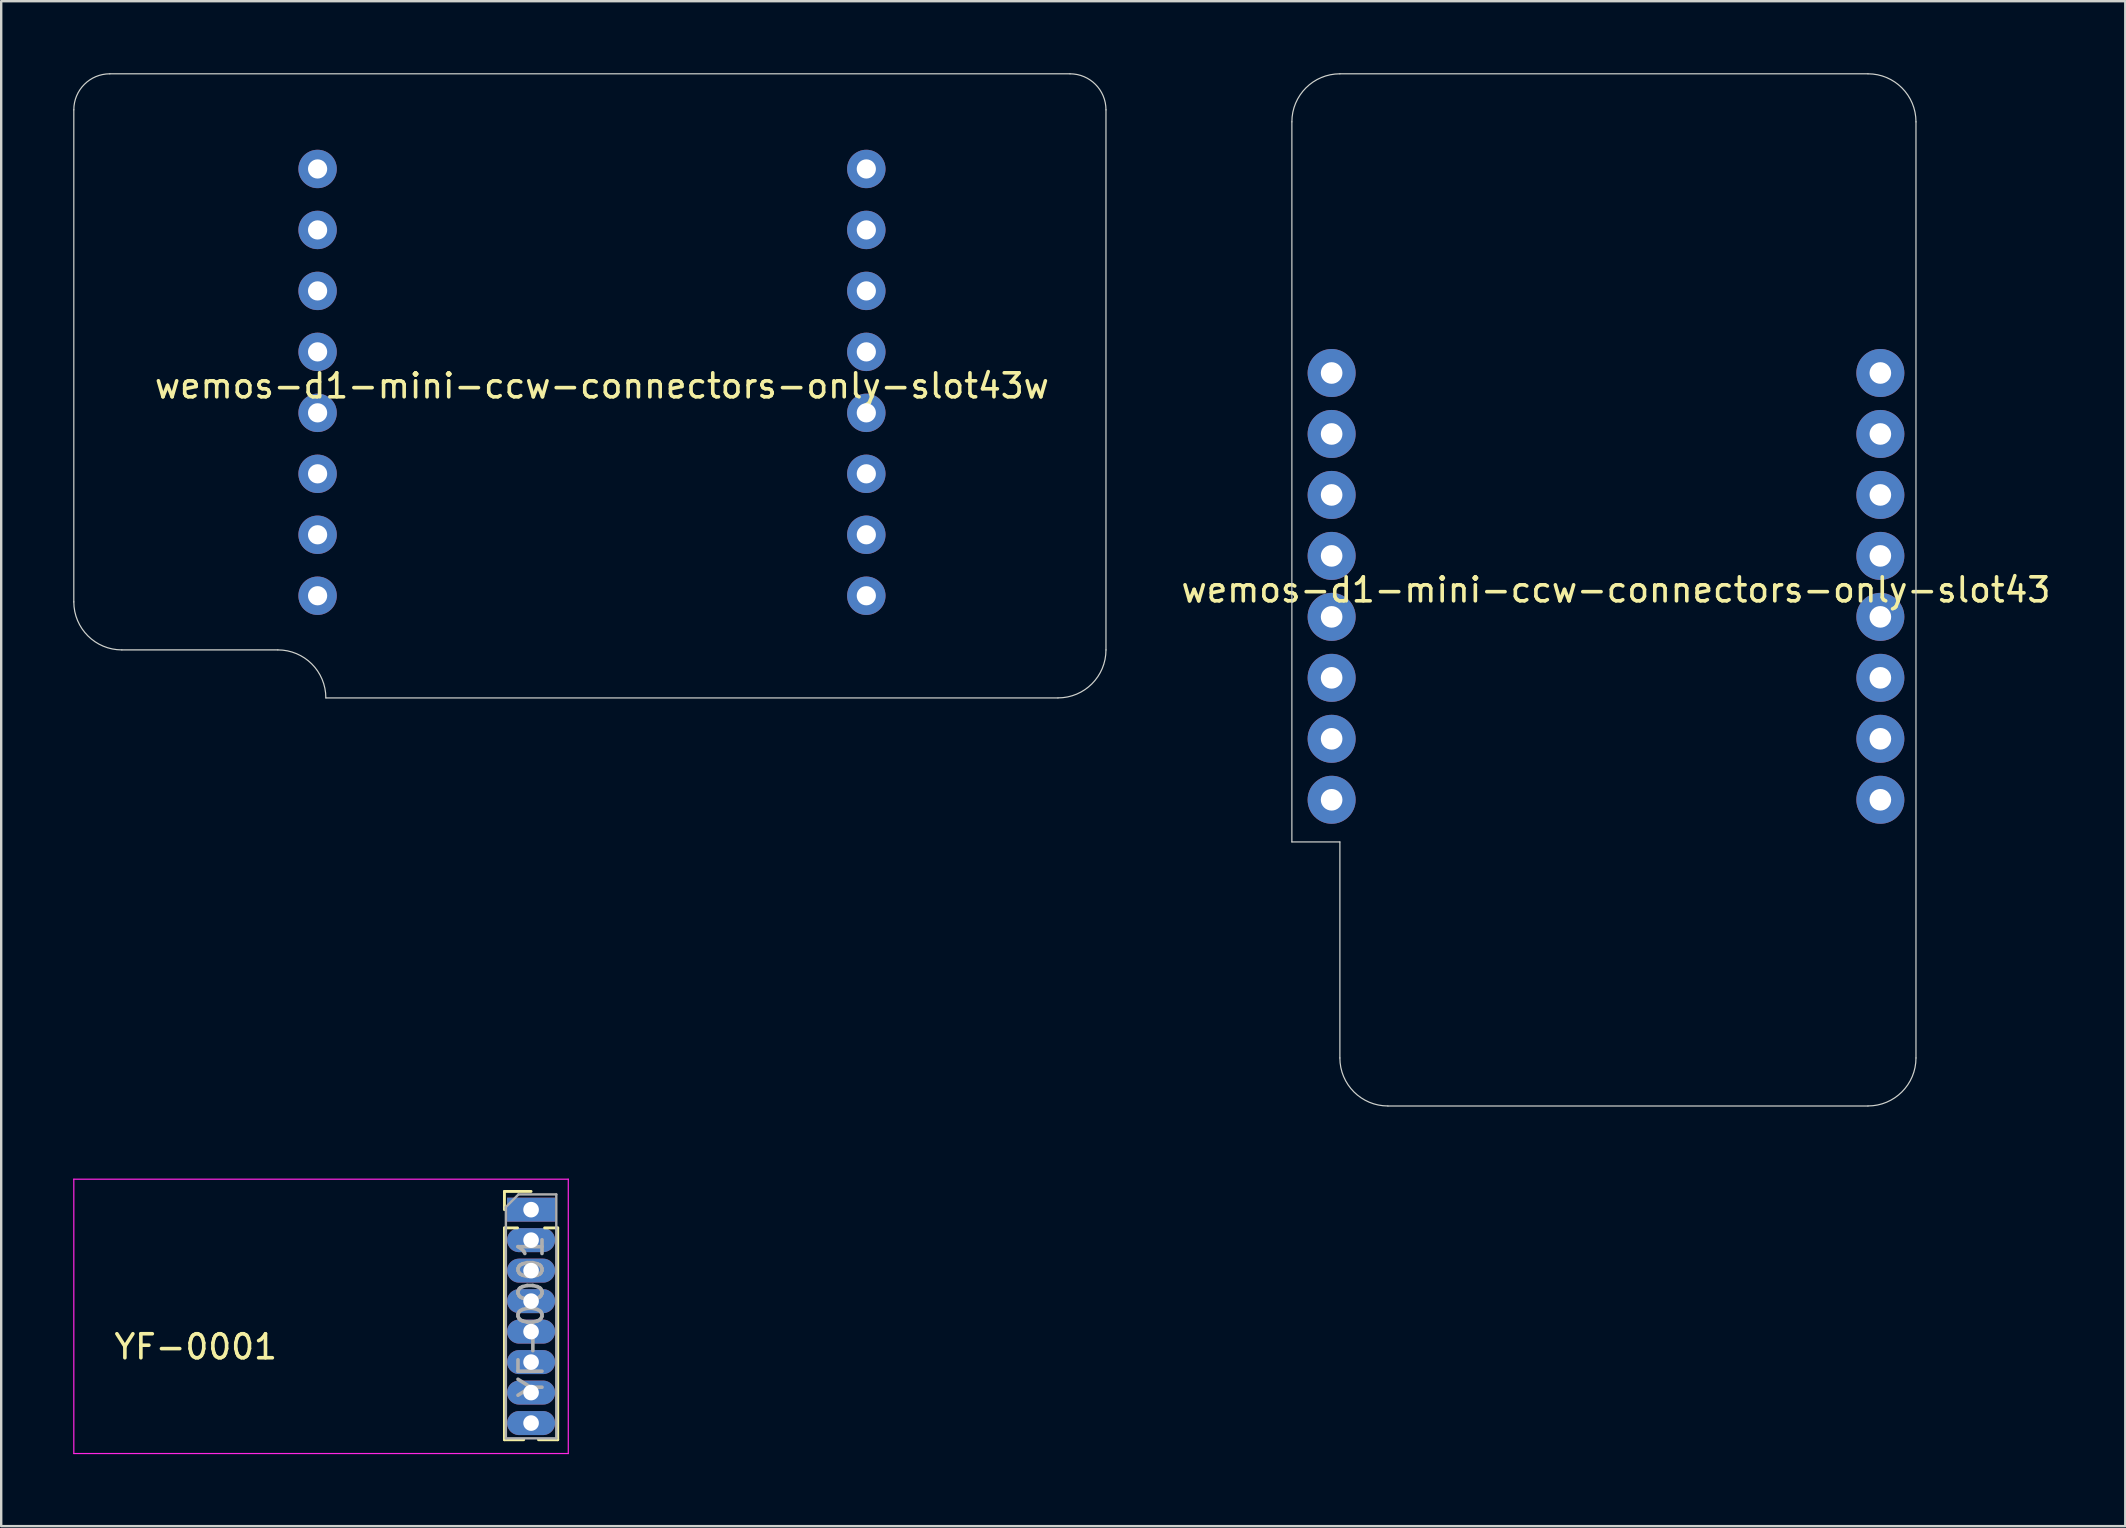
<source format=kicad_pcb>
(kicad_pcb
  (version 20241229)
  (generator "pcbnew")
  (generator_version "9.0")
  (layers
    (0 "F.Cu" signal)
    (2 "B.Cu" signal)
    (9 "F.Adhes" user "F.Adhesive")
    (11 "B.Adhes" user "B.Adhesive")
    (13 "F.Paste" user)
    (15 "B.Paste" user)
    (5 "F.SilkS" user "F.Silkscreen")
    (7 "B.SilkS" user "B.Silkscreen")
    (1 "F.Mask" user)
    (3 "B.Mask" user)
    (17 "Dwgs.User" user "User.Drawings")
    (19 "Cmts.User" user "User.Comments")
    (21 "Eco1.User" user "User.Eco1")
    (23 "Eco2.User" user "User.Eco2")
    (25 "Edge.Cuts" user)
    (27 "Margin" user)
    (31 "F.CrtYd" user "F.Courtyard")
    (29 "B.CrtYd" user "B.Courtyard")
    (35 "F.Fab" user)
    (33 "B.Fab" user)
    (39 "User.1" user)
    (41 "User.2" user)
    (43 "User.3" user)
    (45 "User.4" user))
  (footprint "wemos-d1-mini-ccw-connectors-only-slot43"
    (layer "F.Cu")
    (at 63.77 21.525)
    (property "Reference" "wemos-d1-mini-ccw-connectors-only-slot43" (at 0.5 0 180) (layer "F.SilkS") (effects (font (size 1 1) (thickness 0.15))))
    (attr through_hole)
    (fp_line (start -13 10.5) (end -13 -19.5) (stroke (width 0.05) (type solid)) (layer "Edge.Cuts"))
    (fp_line (start -13 10.5) (end -11 10.5) (stroke (width 0.05) (type solid)) (layer "Edge.Cuts"))
    (fp_line (start -11 -21.5) (end 11 -21.5) (stroke (width 0.05) (type solid)) (layer "Edge.Cuts"))
    (fp_line (start -11 10.5) (end -11 19.5) (stroke (width 0.05) (type solid)) (layer "Edge.Cuts"))
    (fp_line (start -9 21.5) (end 11 21.5) (stroke (width 0.05) (type solid)) (layer "Edge.Cuts"))
    (fp_line (start 13 -19.5) (end 13 19.5) (stroke (width 0.05) (type solid)) (layer "Edge.Cuts"))
    (fp_arc (start -13 -19.5) (mid -12.414214 -20.914214) (end -11 -21.5) (stroke (width 0.05) (type solid)) (layer "Edge.Cuts"))
    (fp_arc (start -9 21.5) (mid -10.414214 20.914214) (end -11 19.5) (stroke (width 0.05) (type solid)) (layer "Edge.Cuts"))
    (fp_arc (start 11 -21.5) (mid 12.414214 -20.914214) (end 13 -19.5) (stroke (width 0.05) (type solid)) (layer "Edge.Cuts"))
    (fp_arc (start 13 19.5) (mid 12.414214 20.914214) (end 11 21.5) (stroke (width 0.05) (type solid)) (layer "Edge.Cuts"))
    (pad "1" thru_hole oval (at -11.344 -9.036 90) (size 2 2) (drill 0.9) (layers "*.Cu" "*.Mask"))
    (pad "2" thru_hole oval (at -11.344 -6.496 90) (size 2 2) (drill 0.9) (layers "*.Cu" "*.Mask"))
    (pad "3" thru_hole oval (at -11.344 -3.956 90) (size 2 2) (drill 0.9) (layers "*.Cu" "*.Mask"))
    (pad "4" thru_hole oval (at -11.344 -1.416 90) (size 2 2) (drill 0.9) (layers "*.Cu" "*.Mask"))
    (pad "5" thru_hole oval (at -11.344 1.124 90) (size 2 2) (drill 0.9) (layers "*.Cu" "*.Mask"))
    (pad "6" thru_hole oval (at -11.344 3.664 90) (size 2 2) (drill 0.9) (layers "*.Cu" "*.Mask"))
    (pad "7" thru_hole oval (at -11.344 6.204 90) (size 2 2) (drill 0.9) (layers "*.Cu" "*.Mask"))
    (pad "8" thru_hole oval (at -11.344 8.744 90) (size 2 2) (drill 0.9) (layers "*.Cu" "*.Mask"))
    (pad "9" thru_hole oval (at 11.516 8.744 90) (size 2 2) (drill 0.9) (layers "*.Cu" "*.Mask"))
    (pad "10" thru_hole oval (at 11.516 6.204 90) (size 2 2) (drill 0.9) (layers "*.Cu" "*.Mask"))
    (pad "11" thru_hole oval (at 11.516 3.664 90) (size 2 2) (drill 0.9) (layers "*.Cu" "*.Mask"))
    (pad "12" thru_hole oval (at 11.516 1.124 90) (size 2 2) (drill 0.9) (layers "*.Cu" "*.Mask"))
    (pad "13" thru_hole oval (at 11.516 -1.416 90) (size 2 2) (drill 0.9) (layers "*.Cu" "*.Mask"))
    (pad "14" thru_hole oval (at 11.516 -3.956 90) (size 2 2) (drill 0.9) (layers "*.Cu" "*.Mask"))
    (pad "15" thru_hole oval (at 11.516 -6.496 90) (size 2 2) (drill 0.9) (layers "*.Cu" "*.Mask"))
    (pad "16" thru_hole oval (at 11.516 -9.036 90) (size 2 2) (drill 0.9) (layers "*.Cu" "*.Mask")))
  (footprint "YF-0001"
    (layer "F.Cu")
    (at 19.075 47.345)
    (property "Reference" "YF-0001" (at -13.97 5.715 0) (layer "F.SilkS") (effects (font (size 1 1) (thickness 0.15))))
    (attr through_hole)
    (fp_line (start -1.11 -0.76) (end 0 -0.76) (stroke (width 0.12) (type solid)) (layer "F.SilkS"))
    (fp_line (start -1.11 0) (end -1.11 -0.76) (stroke (width 0.12) (type solid)) (layer "F.SilkS"))
    (fp_line (start -1.11 0.76) (end -1.11 9.585) (stroke (width 0.12) (type solid)) (layer "F.SilkS"))
    (fp_line (start -1.11 0.76) (end -0.563 0.76) (stroke (width 0.12) (type solid)) (layer "F.SilkS"))
    (fp_line (start -1.11 9.585) (end -0.308 9.585) (stroke (width 0.12) (type solid)) (layer "F.SilkS"))
    (fp_line (start 0.308 9.585) (end 1.11 9.585) (stroke (width 0.12) (type solid)) (layer "F.SilkS"))
    (fp_line (start 0.563 0.76) (end 1.11 0.76) (stroke (width 0.12) (type solid)) (layer "F.SilkS"))
    (fp_line (start 1.11 0.76) (end 1.11 9.585) (stroke (width 0.12) (type solid)) (layer "F.SilkS"))
    (fp_line (start -19.05 -1.27) (end -19.05 10.16) (stroke (width 0.05) (type solid)) (layer "F.CrtYd"))
    (fp_line (start -19.05 10.16) (end 1.55 10.16) (stroke (width 0.05) (type solid)) (layer "F.CrtYd"))
    (fp_line (start 1.55 -1.27) (end -19.05 -1.27) (stroke (width 0.05) (type solid)) (layer "F.CrtYd"))
    (fp_line (start 1.55 10.16) (end 1.55 -1.27) (stroke (width 0.05) (type solid)) (layer "F.CrtYd"))
    (fp_line (start -1.05 -0.11) (end -0.525 -0.635) (stroke (width 0.1) (type solid)) (layer "F.Fab"))
    (fp_line (start -1.05 9.525) (end -1.05 -0.11) (stroke (width 0.1) (type solid)) (layer "F.Fab"))
    (fp_line (start -0.525 -0.635) (end 1.05 -0.635) (stroke (width 0.1) (type solid)) (layer "F.Fab"))
    (fp_line (start 1.05 -0.635) (end 1.05 9.525) (stroke (width 0.1) (type solid)) (layer "F.Fab"))
    (fp_line (start 1.05 9.525) (end -1.05 9.525) (stroke (width 0.1) (type solid)) (layer "F.Fab"))
    (fp_text user "${REFERENCE}" (at 0 4.445 90) (layer "F.Fab") (effects (font (size 1 1) (thickness 0.15))))
    (pad "1" thru_hole rect (at 0 0) (size 2 1) (drill 0.65) (layers "*.Cu" "*.Mask"))
    (pad "2" thru_hole oval (at 0 1.27) (size 2 1) (drill 0.65) (layers "*.Cu" "*.Mask"))
    (pad "3" thru_hole oval (at 0 2.54) (size 2 1) (drill 0.65) (layers "*.Cu" "*.Mask"))
    (pad "4" thru_hole oval (at 0 3.81) (size 2 1) (drill 0.65) (layers "*.Cu" "*.Mask"))
    (pad "5" thru_hole oval (at 0 5.08) (size 2 1) (drill 0.65) (layers "*.Cu" "*.Mask"))
    (pad "6" thru_hole oval (at 0 6.35) (size 2 1) (drill 0.65) (layers "*.Cu" "*.Mask"))
    (pad "7" thru_hole oval (at 0 7.62) (size 2 1) (drill 0.65) (layers "*.Cu" "*.Mask"))
    (pad "8" thru_hole oval (at 0 8.89) (size 2 1) (drill 0.65) (layers "*.Cu" "*.Mask")))
  (footprint "wemos-d1-mini-ccw-connectors-only-slot43w"
    (layer "F.Cu")
    (at 21.525 13.025)
    (property "Reference" "wemos-d1-mini-ccw-connectors-only-slot43w" (at 0.5 0 180) (layer "F.SilkS") (effects (font (size 1 1) (thickness 0.15))))
    (attr through_hole)
    (fp_line (start -21.5 9) (end -21.5 -11.5) (stroke (width 0.05) (type solid)) (layer "Edge.Cuts"))
    (fp_line (start -20 -13) (end 20 -13) (stroke (width 0.05) (type solid)) (layer "Edge.Cuts"))
    (fp_line (start -13 11) (end -19.5 11) (stroke (width 0.05) (type solid)) (layer "Edge.Cuts"))
    (fp_line (start -11 13) (end 19.5 13) (stroke (width 0.05) (type solid)) (layer "Edge.Cuts"))
    (fp_line (start 21.5 -11.5) (end 21.5 11) (stroke (width 0.05) (type solid)) (layer "Edge.Cuts"))
    (fp_arc (start -21.5 -11.5) (mid -21.06066 -12.56066) (end -20 -13) (stroke (width 0.05) (type solid)) (layer "Edge.Cuts"))
    (fp_arc (start -19.5 11) (mid -20.914214 10.414214) (end -21.5 9) (stroke (width 0.05) (type solid)) (layer "Edge.Cuts"))
    (fp_arc (start -13 11) (mid -11.585786 11.585786) (end -11 13) (stroke (width 0.05) (type solid)) (layer "Edge.Cuts"))
    (fp_arc (start 20 -13) (mid 21.06066 -12.56066) (end 21.5 -11.5) (stroke (width 0.05) (type solid)) (layer "Edge.Cuts"))
    (fp_arc (start 21.5 11) (mid 20.914214 12.414214) (end 19.5 13) (stroke (width 0.05) (type solid)) (layer "Edge.Cuts"))
    (pad "1" thru_hole oval (at -11.344 -9.036 90) (size 1.6 1.6) (drill 0.8) (layers "*.Cu" "*.Mask"))
    (pad "2" thru_hole oval (at -11.344 -6.496 90) (size 1.6 1.6) (drill 0.8) (layers "*.Cu" "*.Mask"))
    (pad "3" thru_hole oval (at -11.344 -3.956 90) (size 1.6 1.6) (drill 0.8) (layers "*.Cu" "*.Mask"))
    (pad "4" thru_hole oval (at -11.344 -1.416 90) (size 1.6 1.6) (drill 0.8) (layers "*.Cu" "*.Mask"))
    (pad "5" thru_hole oval (at -11.344 1.124 90) (size 1.6 1.6) (drill 0.8) (layers "*.Cu" "*.Mask"))
    (pad "6" thru_hole oval (at -11.344 3.664 90) (size 1.6 1.6) (drill 0.8) (layers "*.Cu" "*.Mask"))
    (pad "7" thru_hole oval (at -11.344 6.204 90) (size 1.6 1.6) (drill 0.8) (layers "*.Cu" "*.Mask"))
    (pad "8" thru_hole oval (at -11.344 8.744 90) (size 1.6 1.6) (drill 0.8) (layers "*.Cu" "*.Mask"))
    (pad "9" thru_hole oval (at 11.516 8.744 90) (size 1.6 1.6) (drill 0.8) (layers "*.Cu" "*.Mask"))
    (pad "10" thru_hole oval (at 11.516 6.204 90) (size 1.6 1.6) (drill 0.8) (layers "*.Cu" "*.Mask"))
    (pad "11" thru_hole oval (at 11.516 3.664 90) (size 1.6 1.6) (drill 0.8) (layers "*.Cu" "*.Mask"))
    (pad "12" thru_hole oval (at 11.516 1.124 90) (size 1.6 1.6) (drill 0.8) (layers "*.Cu" "*.Mask"))
    (pad "13" thru_hole oval (at 11.516 -1.416 90) (size 1.6 1.6) (drill 0.8) (layers "*.Cu" "*.Mask"))
    (pad "14" thru_hole oval (at 11.516 -3.956 90) (size 1.6 1.6) (drill 0.8) (layers "*.Cu" "*.Mask"))
    (pad "15" thru_hole oval (at 11.516 -6.496 90) (size 1.6 1.6) (drill 0.8) (layers "*.Cu" "*.Mask"))
    (pad "16" thru_hole oval (at 11.516 -9.036 90) (size 1.6 1.6) (drill 0.8) (layers "*.Cu" "*.Mask")))
  (gr_rect
    (start -3 -3)
    (end 85.49 60.53)
    (stroke (width 0.1) (type default))
    (fill no)
    (layer "Edge.Cuts")))
</source>
